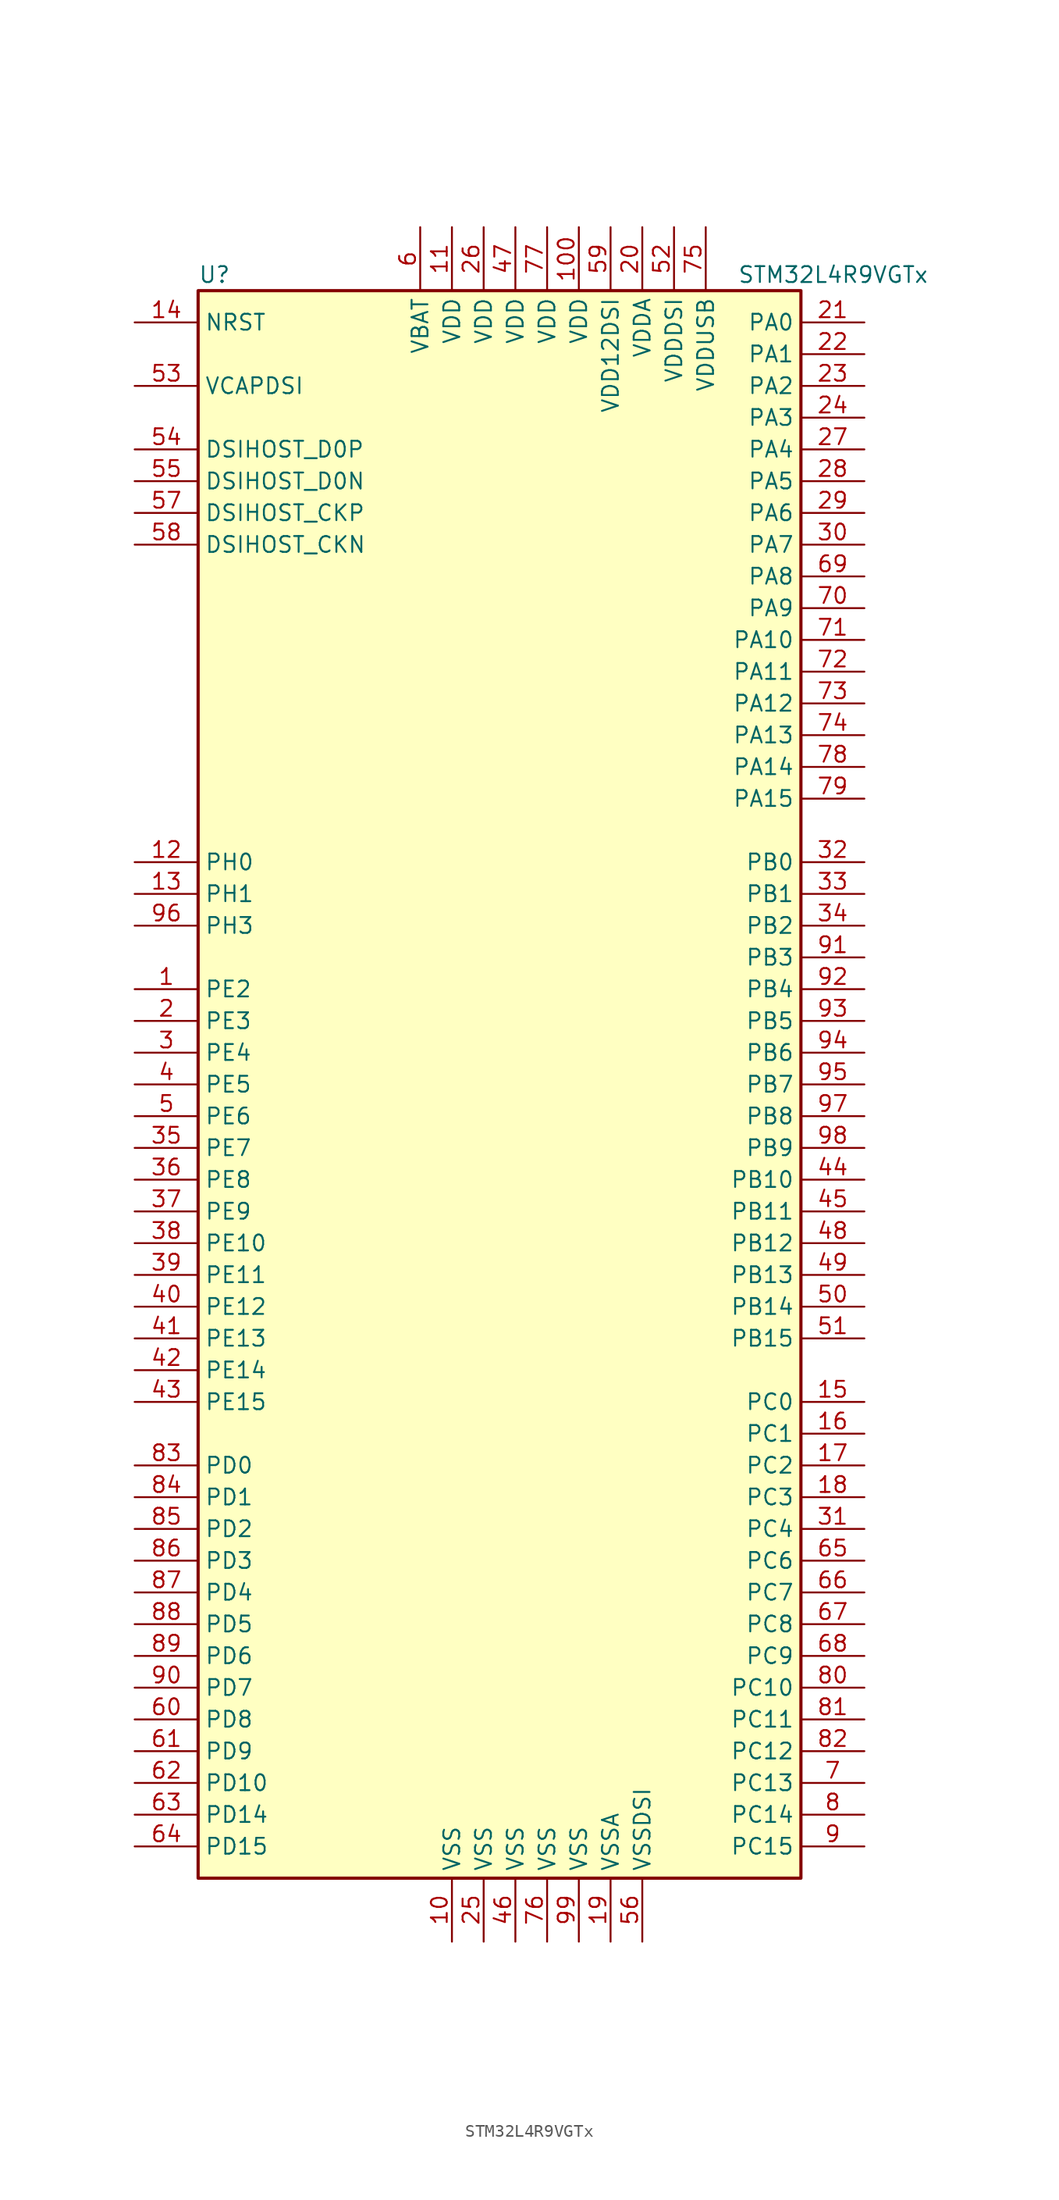
<source format=kicad_sym>
(kicad_symbol_lib
  (version 20201005)
  (generator kicad_symbol_editor)
  (symbol "STM32L4R9VGTx"
    (property "Reference" "U"
      (at -25.4 64.77 0)
      (effects (font (size 1.27 1.27)) (justify left)))
    (property "Value" "STM32L4R9VGTx"
      (at 17.78 64.77 0)
      (effects (font (size 1.27 1.27)) (justify left)))
    (symbol "STM32L4R9VGTx_0_1"
      (rectangle (start -25.4 -63.5) (end 22.86 63.5) (stroke (width 0.254)) (fill (type background))))
    (symbol "STM32L4R9VGTx_1_1"
      (pin bidirectional line (at -30.48 7.62 0) (length 5.08) (name "PE2" (effects (font (size 1.27 1.27)))) (number "1" (effects (font (size 1.27 1.27)))))
      (pin power_in line (at -5.08 -68.58 90) (length 5.08) (name "VSS" (effects (font (size 1.27 1.27)))) (number "10" (effects (font (size 1.27 1.27)))))
      (pin power_in line (at 5.08 68.58 270) (length 5.08) (name "VDD" (effects (font (size 1.27 1.27)))) (number "100" (effects (font (size 1.27 1.27)))))
      (pin power_in line (at -5.08 68.58 270) (length 5.08) (name "VDD" (effects (font (size 1.27 1.27)))) (number "11" (effects (font (size 1.27 1.27)))))
      (pin input line (at -30.48 17.78 0) (length 5.08) (name "PH0" (effects (font (size 1.27 1.27)))) (number "12" (effects (font (size 1.27 1.27)))))
      (pin input line (at -30.48 15.24 0) (length 5.08) (name "PH1" (effects (font (size 1.27 1.27)))) (number "13" (effects (font (size 1.27 1.27)))))
      (pin input line (at -30.48 60.96 0) (length 5.08) (name "NRST" (effects (font (size 1.27 1.27)))) (number "14" (effects (font (size 1.27 1.27)))))
      (pin bidirectional line (at 27.94 -25.4 180) (length 5.08) (name "PC0" (effects (font (size 1.27 1.27)))) (number "15" (effects (font (size 1.27 1.27)))))
      (pin bidirectional line (at 27.94 -27.94 180) (length 5.08) (name "PC1" (effects (font (size 1.27 1.27)))) (number "16" (effects (font (size 1.27 1.27)))))
      (pin bidirectional line (at 27.94 -30.48 180) (length 5.08) (name "PC2" (effects (font (size 1.27 1.27)))) (number "17" (effects (font (size 1.27 1.27)))))
      (pin bidirectional line (at 27.94 -33.02 180) (length 5.08) (name "PC3" (effects (font (size 1.27 1.27)))) (number "18" (effects (font (size 1.27 1.27)))))
      (pin power_in line (at 7.62 -68.58 90) (length 5.08) (name "VSSA" (effects (font (size 1.27 1.27)))) (number "19" (effects (font (size 1.27 1.27)))))
      (pin bidirectional line (at -30.48 5.08 0) (length 5.08) (name "PE3" (effects (font (size 1.27 1.27)))) (number "2" (effects (font (size 1.27 1.27)))))
      (pin power_in line (at 10.16 68.58 270) (length 5.08) (name "VDDA" (effects (font (size 1.27 1.27)))) (number "20" (effects (font (size 1.27 1.27)))))
      (pin bidirectional line (at 27.94 60.96 180) (length 5.08) (name "PA0" (effects (font (size 1.27 1.27)))) (number "21" (effects (font (size 1.27 1.27)))))
      (pin bidirectional line (at 27.94 58.42 180) (length 5.08) (name "PA1" (effects (font (size 1.27 1.27)))) (number "22" (effects (font (size 1.27 1.27)))))
      (pin bidirectional line (at 27.94 55.88 180) (length 5.08) (name "PA2" (effects (font (size 1.27 1.27)))) (number "23" (effects (font (size 1.27 1.27)))))
      (pin bidirectional line (at 27.94 53.34 180) (length 5.08) (name "PA3" (effects (font (size 1.27 1.27)))) (number "24" (effects (font (size 1.27 1.27)))))
      (pin power_in line (at -2.54 -68.58 90) (length 5.08) (name "VSS" (effects (font (size 1.27 1.27)))) (number "25" (effects (font (size 1.27 1.27)))))
      (pin power_in line (at -2.54 68.58 270) (length 5.08) (name "VDD" (effects (font (size 1.27 1.27)))) (number "26" (effects (font (size 1.27 1.27)))))
      (pin bidirectional line (at 27.94 50.8 180) (length 5.08) (name "PA4" (effects (font (size 1.27 1.27)))) (number "27" (effects (font (size 1.27 1.27)))))
      (pin bidirectional line (at 27.94 48.26 180) (length 5.08) (name "PA5" (effects (font (size 1.27 1.27)))) (number "28" (effects (font (size 1.27 1.27)))))
      (pin bidirectional line (at 27.94 45.72 180) (length 5.08) (name "PA6" (effects (font (size 1.27 1.27)))) (number "29" (effects (font (size 1.27 1.27)))))
      (pin bidirectional line (at -30.48 2.54 0) (length 5.08) (name "PE4" (effects (font (size 1.27 1.27)))) (number "3" (effects (font (size 1.27 1.27)))))
      (pin bidirectional line (at 27.94 43.18 180) (length 5.08) (name "PA7" (effects (font (size 1.27 1.27)))) (number "30" (effects (font (size 1.27 1.27)))))
      (pin bidirectional line (at 27.94 -35.56 180) (length 5.08) (name "PC4" (effects (font (size 1.27 1.27)))) (number "31" (effects (font (size 1.27 1.27)))))
      (pin bidirectional line (at 27.94 17.78 180) (length 5.08) (name "PB0" (effects (font (size 1.27 1.27)))) (number "32" (effects (font (size 1.27 1.27)))))
      (pin bidirectional line (at 27.94 15.24 180) (length 5.08) (name "PB1" (effects (font (size 1.27 1.27)))) (number "33" (effects (font (size 1.27 1.27)))))
      (pin bidirectional line (at 27.94 12.7 180) (length 5.08) (name "PB2" (effects (font (size 1.27 1.27)))) (number "34" (effects (font (size 1.27 1.27)))))
      (pin bidirectional line (at -30.48 -5.08 0) (length 5.08) (name "PE7" (effects (font (size 1.27 1.27)))) (number "35" (effects (font (size 1.27 1.27)))))
      (pin bidirectional line (at -30.48 -7.62 0) (length 5.08) (name "PE8" (effects (font (size 1.27 1.27)))) (number "36" (effects (font (size 1.27 1.27)))))
      (pin bidirectional line (at -30.48 -10.16 0) (length 5.08) (name "PE9" (effects (font (size 1.27 1.27)))) (number "37" (effects (font (size 1.27 1.27)))))
      (pin bidirectional line (at -30.48 -12.7 0) (length 5.08) (name "PE10" (effects (font (size 1.27 1.27)))) (number "38" (effects (font (size 1.27 1.27)))))
      (pin bidirectional line (at -30.48 -15.24 0) (length 5.08) (name "PE11" (effects (font (size 1.27 1.27)))) (number "39" (effects (font (size 1.27 1.27)))))
      (pin bidirectional line (at -30.48 0 0) (length 5.08) (name "PE5" (effects (font (size 1.27 1.27)))) (number "4" (effects (font (size 1.27 1.27)))))
      (pin bidirectional line (at -30.48 -17.78 0) (length 5.08) (name "PE12" (effects (font (size 1.27 1.27)))) (number "40" (effects (font (size 1.27 1.27)))))
      (pin bidirectional line (at -30.48 -20.32 0) (length 5.08) (name "PE13" (effects (font (size 1.27 1.27)))) (number "41" (effects (font (size 1.27 1.27)))))
      (pin bidirectional line (at -30.48 -22.86 0) (length 5.08) (name "PE14" (effects (font (size 1.27 1.27)))) (number "42" (effects (font (size 1.27 1.27)))))
      (pin bidirectional line (at -30.48 -25.4 0) (length 5.08) (name "PE15" (effects (font (size 1.27 1.27)))) (number "43" (effects (font (size 1.27 1.27)))))
      (pin bidirectional line (at 27.94 -7.62 180) (length 5.08) (name "PB10" (effects (font (size 1.27 1.27)))) (number "44" (effects (font (size 1.27 1.27)))))
      (pin bidirectional line (at 27.94 -10.16 180) (length 5.08) (name "PB11" (effects (font (size 1.27 1.27)))) (number "45" (effects (font (size 1.27 1.27)))))
      (pin power_in line (at 0 -68.58 90) (length 5.08) (name "VSS" (effects (font (size 1.27 1.27)))) (number "46" (effects (font (size 1.27 1.27)))))
      (pin power_in line (at 0 68.58 270) (length 5.08) (name "VDD" (effects (font (size 1.27 1.27)))) (number "47" (effects (font (size 1.27 1.27)))))
      (pin bidirectional line (at 27.94 -12.7 180) (length 5.08) (name "PB12" (effects (font (size 1.27 1.27)))) (number "48" (effects (font (size 1.27 1.27)))))
      (pin bidirectional line (at 27.94 -15.24 180) (length 5.08) (name "PB13" (effects (font (size 1.27 1.27)))) (number "49" (effects (font (size 1.27 1.27)))))
      (pin bidirectional line (at -30.48 -2.54 0) (length 5.08) (name "PE6" (effects (font (size 1.27 1.27)))) (number "5" (effects (font (size 1.27 1.27)))))
      (pin bidirectional line (at 27.94 -17.78 180) (length 5.08) (name "PB14" (effects (font (size 1.27 1.27)))) (number "50" (effects (font (size 1.27 1.27)))))
      (pin bidirectional line (at 27.94 -20.32 180) (length 5.08) (name "PB15" (effects (font (size 1.27 1.27)))) (number "51" (effects (font (size 1.27 1.27)))))
      (pin power_in line (at 12.7 68.58 270) (length 5.08) (name "VDDDSI" (effects (font (size 1.27 1.27)))) (number "52" (effects (font (size 1.27 1.27)))))
      (pin power_in line (at -30.48 55.88 0) (length 5.08) (name "VCAPDSI" (effects (font (size 1.27 1.27)))) (number "53" (effects (font (size 1.27 1.27)))))
      (pin bidirectional line (at -30.48 50.8 0) (length 5.08) (name "DSIHOST_D0P" (effects (font (size 1.27 1.27)))) (number "54" (effects (font (size 1.27 1.27)))))
      (pin bidirectional line (at -30.48 48.26 0) (length 5.08) (name "DSIHOST_D0N" (effects (font (size 1.27 1.27)))) (number "55" (effects (font (size 1.27 1.27)))))
      (pin power_in line (at 10.16 -68.58 90) (length 5.08) (name "VSSDSI" (effects (font (size 1.27 1.27)))) (number "56" (effects (font (size 1.27 1.27)))))
      (pin bidirectional line (at -30.48 45.72 0) (length 5.08) (name "DSIHOST_CKP" (effects (font (size 1.27 1.27)))) (number "57" (effects (font (size 1.27 1.27)))))
      (pin bidirectional line (at -30.48 43.18 0) (length 5.08) (name "DSIHOST_CKN" (effects (font (size 1.27 1.27)))) (number "58" (effects (font (size 1.27 1.27)))))
      (pin power_in line (at 7.62 68.58 270) (length 5.08) (name "VDD12DSI" (effects (font (size 1.27 1.27)))) (number "59" (effects (font (size 1.27 1.27)))))
      (pin power_in line (at -7.62 68.58 270) (length 5.08) (name "VBAT" (effects (font (size 1.27 1.27)))) (number "6" (effects (font (size 1.27 1.27)))))
      (pin bidirectional line (at -30.48 -50.8 0) (length 5.08) (name "PD8" (effects (font (size 1.27 1.27)))) (number "60" (effects (font (size 1.27 1.27)))))
      (pin bidirectional line (at -30.48 -53.34 0) (length 5.08) (name "PD9" (effects (font (size 1.27 1.27)))) (number "61" (effects (font (size 1.27 1.27)))))
      (pin bidirectional line (at -30.48 -55.88 0) (length 5.08) (name "PD10" (effects (font (size 1.27 1.27)))) (number "62" (effects (font (size 1.27 1.27)))))
      (pin bidirectional line (at -30.48 -58.42 0) (length 5.08) (name "PD14" (effects (font (size 1.27 1.27)))) (number "63" (effects (font (size 1.27 1.27)))))
      (pin bidirectional line (at -30.48 -60.96 0) (length 5.08) (name "PD15" (effects (font (size 1.27 1.27)))) (number "64" (effects (font (size 1.27 1.27)))))
      (pin bidirectional line (at 27.94 -38.1 180) (length 5.08) (name "PC6" (effects (font (size 1.27 1.27)))) (number "65" (effects (font (size 1.27 1.27)))))
      (pin bidirectional line (at 27.94 -40.64 180) (length 5.08) (name "PC7" (effects (font (size 1.27 1.27)))) (number "66" (effects (font (size 1.27 1.27)))))
      (pin bidirectional line (at 27.94 -43.18 180) (length 5.08) (name "PC8" (effects (font (size 1.27 1.27)))) (number "67" (effects (font (size 1.27 1.27)))))
      (pin bidirectional line (at 27.94 -45.72 180) (length 5.08) (name "PC9" (effects (font (size 1.27 1.27)))) (number "68" (effects (font (size 1.27 1.27)))))
      (pin bidirectional line (at 27.94 40.64 180) (length 5.08) (name "PA8" (effects (font (size 1.27 1.27)))) (number "69" (effects (font (size 1.27 1.27)))))
      (pin bidirectional line (at 27.94 -55.88 180) (length 5.08) (name "PC13" (effects (font (size 1.27 1.27)))) (number "7" (effects (font (size 1.27 1.27)))))
      (pin bidirectional line (at 27.94 38.1 180) (length 5.08) (name "PA9" (effects (font (size 1.27 1.27)))) (number "70" (effects (font (size 1.27 1.27)))))
      (pin bidirectional line (at 27.94 35.56 180) (length 5.08) (name "PA10" (effects (font (size 1.27 1.27)))) (number "71" (effects (font (size 1.27 1.27)))))
      (pin bidirectional line (at 27.94 33.02 180) (length 5.08) (name "PA11" (effects (font (size 1.27 1.27)))) (number "72" (effects (font (size 1.27 1.27)))))
      (pin bidirectional line (at 27.94 30.48 180) (length 5.08) (name "PA12" (effects (font (size 1.27 1.27)))) (number "73" (effects (font (size 1.27 1.27)))))
      (pin bidirectional line (at 27.94 27.94 180) (length 5.08) (name "PA13" (effects (font (size 1.27 1.27)))) (number "74" (effects (font (size 1.27 1.27)))))
      (pin power_in line (at 15.24 68.58 270) (length 5.08) (name "VDDUSB" (effects (font (size 1.27 1.27)))) (number "75" (effects (font (size 1.27 1.27)))))
      (pin power_in line (at 2.54 -68.58 90) (length 5.08) (name "VSS" (effects (font (size 1.27 1.27)))) (number "76" (effects (font (size 1.27 1.27)))))
      (pin power_in line (at 2.54 68.58 270) (length 5.08) (name "VDD" (effects (font (size 1.27 1.27)))) (number "77" (effects (font (size 1.27 1.27)))))
      (pin bidirectional line (at 27.94 25.4 180) (length 5.08) (name "PA14" (effects (font (size 1.27 1.27)))) (number "78" (effects (font (size 1.27 1.27)))))
      (pin bidirectional line (at 27.94 22.86 180) (length 5.08) (name "PA15" (effects (font (size 1.27 1.27)))) (number "79" (effects (font (size 1.27 1.27)))))
      (pin bidirectional line (at 27.94 -58.42 180) (length 5.08) (name "PC14" (effects (font (size 1.27 1.27)))) (number "8" (effects (font (size 1.27 1.27)))))
      (pin bidirectional line (at 27.94 -48.26 180) (length 5.08) (name "PC10" (effects (font (size 1.27 1.27)))) (number "80" (effects (font (size 1.27 1.27)))))
      (pin bidirectional line (at 27.94 -50.8 180) (length 5.08) (name "PC11" (effects (font (size 1.27 1.27)))) (number "81" (effects (font (size 1.27 1.27)))))
      (pin bidirectional line (at 27.94 -53.34 180) (length 5.08) (name "PC12" (effects (font (size 1.27 1.27)))) (number "82" (effects (font (size 1.27 1.27)))))
      (pin bidirectional line (at -30.48 -30.48 0) (length 5.08) (name "PD0" (effects (font (size 1.27 1.27)))) (number "83" (effects (font (size 1.27 1.27)))))
      (pin bidirectional line (at -30.48 -33.02 0) (length 5.08) (name "PD1" (effects (font (size 1.27 1.27)))) (number "84" (effects (font (size 1.27 1.27)))))
      (pin bidirectional line (at -30.48 -35.56 0) (length 5.08) (name "PD2" (effects (font (size 1.27 1.27)))) (number "85" (effects (font (size 1.27 1.27)))))
      (pin bidirectional line (at -30.48 -38.1 0) (length 5.08) (name "PD3" (effects (font (size 1.27 1.27)))) (number "86" (effects (font (size 1.27 1.27)))))
      (pin bidirectional line (at -30.48 -40.64 0) (length 5.08) (name "PD4" (effects (font (size 1.27 1.27)))) (number "87" (effects (font (size 1.27 1.27)))))
      (pin bidirectional line (at -30.48 -43.18 0) (length 5.08) (name "PD5" (effects (font (size 1.27 1.27)))) (number "88" (effects (font (size 1.27 1.27)))))
      (pin bidirectional line (at -30.48 -45.72 0) (length 5.08) (name "PD6" (effects (font (size 1.27 1.27)))) (number "89" (effects (font (size 1.27 1.27)))))
      (pin bidirectional line (at 27.94 -60.96 180) (length 5.08) (name "PC15" (effects (font (size 1.27 1.27)))) (number "9" (effects (font (size 1.27 1.27)))))
      (pin bidirectional line (at -30.48 -48.26 0) (length 5.08) (name "PD7" (effects (font (size 1.27 1.27)))) (number "90" (effects (font (size 1.27 1.27)))))
      (pin bidirectional line (at 27.94 10.16 180) (length 5.08) (name "PB3" (effects (font (size 1.27 1.27)))) (number "91" (effects (font (size 1.27 1.27)))))
      (pin bidirectional line (at 27.94 7.62 180) (length 5.08) (name "PB4" (effects (font (size 1.27 1.27)))) (number "92" (effects (font (size 1.27 1.27)))))
      (pin bidirectional line (at 27.94 5.08 180) (length 5.08) (name "PB5" (effects (font (size 1.27 1.27)))) (number "93" (effects (font (size 1.27 1.27)))))
      (pin bidirectional line (at 27.94 2.54 180) (length 5.08) (name "PB6" (effects (font (size 1.27 1.27)))) (number "94" (effects (font (size 1.27 1.27)))))
      (pin bidirectional line (at 27.94 0 180) (length 5.08) (name "PB7" (effects (font (size 1.27 1.27)))) (number "95" (effects (font (size 1.27 1.27)))))
      (pin bidirectional line (at -30.48 12.7 0) (length 5.08) (name "PH3" (effects (font (size 1.27 1.27)))) (number "96" (effects (font (size 1.27 1.27)))))
      (pin bidirectional line (at 27.94 -2.54 180) (length 5.08) (name "PB8" (effects (font (size 1.27 1.27)))) (number "97" (effects (font (size 1.27 1.27)))))
      (pin bidirectional line (at 27.94 -5.08 180) (length 5.08) (name "PB9" (effects (font (size 1.27 1.27)))) (number "98" (effects (font (size 1.27 1.27)))))
      (pin power_in line (at 5.08 -68.58 90) (length 5.08) (name "VSS" (effects (font (size 1.27 1.27)))) (number "99" (effects (font (size 1.27 1.27))))))))
</source>
